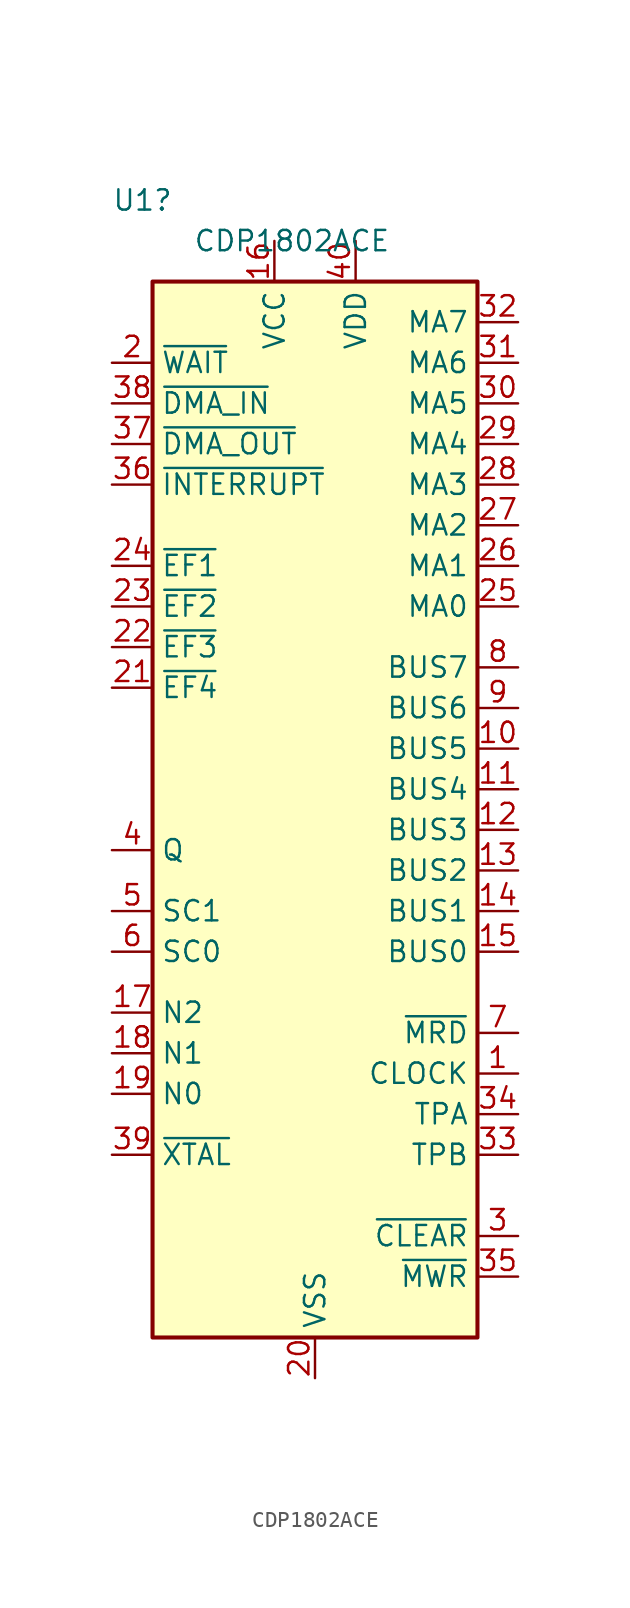
<source format=kicad_sym>
(kicad_symbol_lib
  (version 20211014)
  (generator kicad_symbol_editor)
  (symbol "CDP1802ACE"
    (property "Reference" "U1"
      (at -12.7 38.1 0)
      (effects (font (size 1.27 1.27)) (justify left)))
    (property "Value" "CDP1802ACE"
      (at -7.62 35.56 0)
      (effects (font (size 1.27 1.27)) (justify left)))
    (symbol "CDP1802ACE_0_1"
      (rectangle (start -10.16 33.02) (end 10.16 -33.02) (stroke (width 0.254) (type default) (color 0 0 0 0)) (fill (type background))))
    (symbol "CDP1802ACE_1_1"
      (pin input line (at 12.7 -16.51 180) (length 2.54) (name "CLOCK" (effects (font (size 1.27 1.27)))) (number "1" (effects (font (size 1.27 1.27)))))
      (pin bidirectional line (at 12.7 3.81 180) (length 2.54) (name "BUS5" (effects (font (size 1.27 1.27)))) (number "10" (effects (font (size 1.27 1.27)))))
      (pin bidirectional line (at 12.7 1.27 180) (length 2.54) (name "BUS4" (effects (font (size 1.27 1.27)))) (number "11" (effects (font (size 1.27 1.27)))))
      (pin bidirectional line (at 12.7 -1.27 180) (length 2.54) (name "BUS3" (effects (font (size 1.27 1.27)))) (number "12" (effects (font (size 1.27 1.27)))))
      (pin bidirectional line (at 12.7 -3.81 180) (length 2.54) (name "BUS2" (effects (font (size 1.27 1.27)))) (number "13" (effects (font (size 1.27 1.27)))))
      (pin bidirectional line (at 12.7 -6.35 180) (length 2.54) (name "BUS1" (effects (font (size 1.27 1.27)))) (number "14" (effects (font (size 1.27 1.27)))))
      (pin bidirectional line (at 12.7 -8.89 180) (length 2.54) (name "BUS0" (effects (font (size 1.27 1.27)))) (number "15" (effects (font (size 1.27 1.27)))))
      (pin power_in line (at -2.54 35.56 270) (length 2.54) (name "VCC" (effects (font (size 1.27 1.27)))) (number "16" (effects (font (size 1.27 1.27)))))
      (pin output line (at -12.7 -12.7 0) (length 2.54) (name "N2" (effects (font (size 1.27 1.27)))) (number "17" (effects (font (size 1.27 1.27)))))
      (pin output line (at -12.7 -15.24 0) (length 2.54) (name "N1" (effects (font (size 1.27 1.27)))) (number "18" (effects (font (size 1.27 1.27)))))
      (pin output line (at -12.7 -17.78 0) (length 2.54) (name "N0" (effects (font (size 1.27 1.27)))) (number "19" (effects (font (size 1.27 1.27)))))
      (pin input line (at -12.7 27.94 0) (length 2.54) (name "~{WAIT}" (effects (font (size 1.27 1.27)))) (number "2" (effects (font (size 1.27 1.27)))))
      (pin power_in line (at 0 -35.56 90) (length 2.54) (name "VSS" (effects (font (size 1.27 1.27)))) (number "20" (effects (font (size 1.27 1.27)))))
      (pin input line (at -12.7 7.62 0) (length 2.54) (name "~{EF4}" (effects (font (size 1.27 1.27)))) (number "21" (effects (font (size 1.27 1.27)))))
      (pin input line (at -12.7 10.16 0) (length 2.54) (name "~{EF3}" (effects (font (size 1.27 1.27)))) (number "22" (effects (font (size 1.27 1.27)))))
      (pin input line (at -12.7 12.7 0) (length 2.54) (name "~{EF2}" (effects (font (size 1.27 1.27)))) (number "23" (effects (font (size 1.27 1.27)))))
      (pin input line (at -12.7 15.24 0) (length 2.54) (name "~{EF1}" (effects (font (size 1.27 1.27)))) (number "24" (effects (font (size 1.27 1.27)))))
      (pin output line (at 12.7 12.7 180) (length 2.54) (name "MA0" (effects (font (size 1.27 1.27)))) (number "25" (effects (font (size 1.27 1.27)))))
      (pin output line (at 12.7 15.24 180) (length 2.54) (name "MA1" (effects (font (size 1.27 1.27)))) (number "26" (effects (font (size 1.27 1.27)))))
      (pin output line (at 12.7 17.78 180) (length 2.54) (name "MA2" (effects (font (size 1.27 1.27)))) (number "27" (effects (font (size 1.27 1.27)))))
      (pin output line (at 12.7 20.32 180) (length 2.54) (name "MA3" (effects (font (size 1.27 1.27)))) (number "28" (effects (font (size 1.27 1.27)))))
      (pin output line (at 12.7 22.86 180) (length 2.54) (name "MA4" (effects (font (size 1.27 1.27)))) (number "29" (effects (font (size 1.27 1.27)))))
      (pin input line (at 12.7 -26.67 180) (length 2.54) (name "~{CLEAR}" (effects (font (size 1.27 1.27)))) (number "3" (effects (font (size 1.27 1.27)))))
      (pin output line (at 12.7 25.4 180) (length 2.54) (name "MA5" (effects (font (size 1.27 1.27)))) (number "30" (effects (font (size 1.27 1.27)))))
      (pin output line (at 12.7 27.94 180) (length 2.54) (name "MA6" (effects (font (size 1.27 1.27)))) (number "31" (effects (font (size 1.27 1.27)))))
      (pin output line (at 12.7 30.48 180) (length 2.54) (name "MA7" (effects (font (size 1.27 1.27)))) (number "32" (effects (font (size 1.27 1.27)))))
      (pin output line (at 12.7 -21.59 180) (length 2.54) (name "TPB" (effects (font (size 1.27 1.27)))) (number "33" (effects (font (size 1.27 1.27)))))
      (pin output line (at 12.7 -19.05 180) (length 2.54) (name "TPA" (effects (font (size 1.27 1.27)))) (number "34" (effects (font (size 1.27 1.27)))))
      (pin output line (at 12.7 -29.21 180) (length 2.54) (name "~{MWR}" (effects (font (size 1.27 1.27)))) (number "35" (effects (font (size 1.27 1.27)))))
      (pin input line (at -12.7 20.32 0) (length 2.54) (name "~{INTERRUPT}" (effects (font (size 1.27 1.27)))) (number "36" (effects (font (size 1.27 1.27)))))
      (pin input line (at -12.7 22.86 0) (length 2.54) (name "~{DMA_OUT}" (effects (font (size 1.27 1.27)))) (number "37" (effects (font (size 1.27 1.27)))))
      (pin input line (at -12.7 25.4 0) (length 2.54) (name "~{DMA_IN}" (effects (font (size 1.27 1.27)))) (number "38" (effects (font (size 1.27 1.27)))))
      (pin output line (at -12.7 -21.59 0) (length 2.54) (name "~{XTAL}" (effects (font (size 1.27 1.27)))) (number "39" (effects (font (size 1.27 1.27)))))
      (pin output line (at -12.7 -2.54 0) (length 2.54) (name "Q" (effects (font (size 1.27 1.27)))) (number "4" (effects (font (size 1.27 1.27)))))
      (pin power_in line (at 2.54 35.56 270) (length 2.54) (name "VDD" (effects (font (size 1.27 1.27)))) (number "40" (effects (font (size 1.27 1.27)))))
      (pin output line (at -12.7 -6.35 0) (length 2.54) (name "SC1" (effects (font (size 1.27 1.27)))) (number "5" (effects (font (size 1.27 1.27)))))
      (pin output line (at -12.7 -8.89 0) (length 2.54) (name "SC0" (effects (font (size 1.27 1.27)))) (number "6" (effects (font (size 1.27 1.27)))))
      (pin output line (at 12.7 -13.97 180) (length 2.54) (name "~{MRD}" (effects (font (size 1.27 1.27)))) (number "7" (effects (font (size 1.27 1.27)))))
      (pin bidirectional line (at 12.7 8.89 180) (length 2.54) (name "BUS7" (effects (font (size 1.27 1.27)))) (number "8" (effects (font (size 1.27 1.27)))))
      (pin bidirectional line (at 12.7 6.35 180) (length 2.54) (name "BUS6" (effects (font (size 1.27 1.27)))) (number "9" (effects (font (size 1.27 1.27))))))))
</source>
